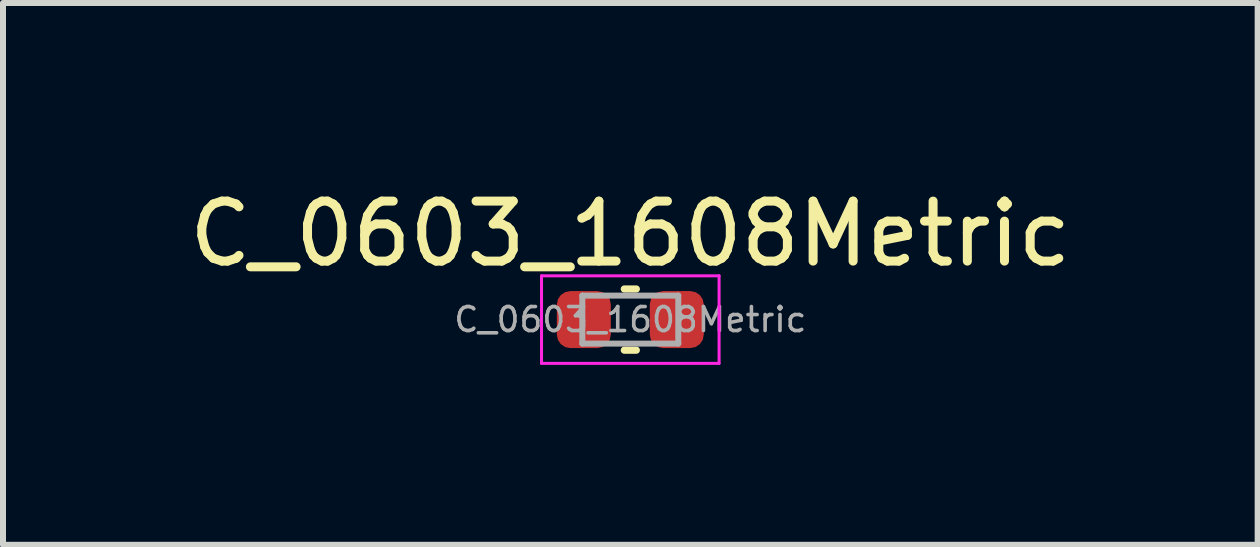
<source format=kicad_pcb>
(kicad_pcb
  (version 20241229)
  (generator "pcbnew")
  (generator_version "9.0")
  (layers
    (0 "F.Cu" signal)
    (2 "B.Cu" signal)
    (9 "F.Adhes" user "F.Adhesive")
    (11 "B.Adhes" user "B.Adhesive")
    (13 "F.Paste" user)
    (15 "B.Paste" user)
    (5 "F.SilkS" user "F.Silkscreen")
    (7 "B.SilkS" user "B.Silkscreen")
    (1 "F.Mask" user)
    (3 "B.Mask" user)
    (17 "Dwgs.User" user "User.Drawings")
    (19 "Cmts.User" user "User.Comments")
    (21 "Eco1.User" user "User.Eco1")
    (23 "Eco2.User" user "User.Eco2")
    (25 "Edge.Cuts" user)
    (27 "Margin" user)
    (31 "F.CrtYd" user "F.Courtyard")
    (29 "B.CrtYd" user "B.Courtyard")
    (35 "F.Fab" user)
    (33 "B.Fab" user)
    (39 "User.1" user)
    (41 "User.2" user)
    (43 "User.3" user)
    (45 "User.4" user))
  (footprint "C_0603_1608Metric"
    (layer "F.Cu")
    (at 7.458 2.278)
    (property "Reference" "C_0603_1608Metric" (at 0 -1.43 0) (layer "F.SilkS") (effects (font (size 1 1) (thickness 0.15))))
    (attr smd)
    (fp_line (start -0.1 -0.51) (end 0.1 -0.51) (stroke (width 0.12) (type solid)) (layer "F.SilkS"))
    (fp_line (start -0.1 0.51) (end 0.1 0.51) (stroke (width 0.12) (type solid)) (layer "F.SilkS"))
    (fp_line (start -1.48 -0.73) (end 1.48 -0.73) (stroke (width 0.05) (type solid)) (layer "F.CrtYd"))
    (fp_line (start -1.48 0.73) (end -1.48 -0.73) (stroke (width 0.05) (type solid)) (layer "F.CrtYd"))
    (fp_line (start 1.48 -0.73) (end 1.48 0.73) (stroke (width 0.05) (type solid)) (layer "F.CrtYd"))
    (fp_line (start 1.48 0.73) (end -1.48 0.73) (stroke (width 0.05) (type solid)) (layer "F.CrtYd"))
    (fp_line (start -0.8 -0.4) (end 0.8 -0.4) (stroke (width 0.1) (type solid)) (layer "F.Fab"))
    (fp_line (start -0.8 0.4) (end -0.8 -0.4) (stroke (width 0.1) (type solid)) (layer "F.Fab"))
    (fp_line (start 0.8 -0.4) (end 0.8 0.4) (stroke (width 0.1) (type solid)) (layer "F.Fab"))
    (fp_line (start 0.8 0.4) (end -0.8 0.4) (stroke (width 0.1) (type solid)) (layer "F.Fab"))
    (fp_text user "${REFERENCE}" (at 0 0 0) (layer "F.Fab") (effects (font (size 0.4 0.4) (thickness 0.06))))
    (pad "1" smd roundrect (at -0.775 0) (size 0.9 0.95) (layers "F.Cu" "F.Mask" "F.Paste") (roundrect_rratio 0.25))
    (pad "2" smd roundrect (at 0.775 0) (size 0.9 0.95) (layers "F.Cu" "F.Mask" "F.Paste") (roundrect_rratio 0.25)))
  (gr_rect
    (start -3 -3)
    (end 17.917 6.033)
    (stroke (width 0.1) (type default))
    (fill no)
    (layer "Edge.Cuts")))
</source>
